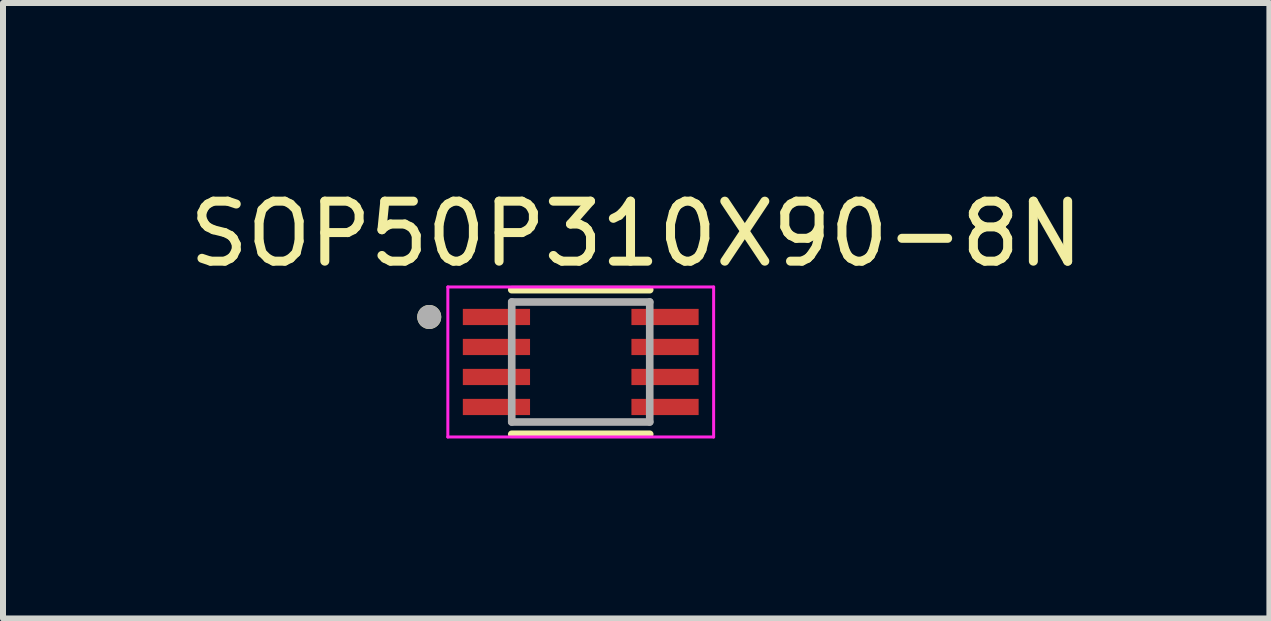
<source format=kicad_pcb>
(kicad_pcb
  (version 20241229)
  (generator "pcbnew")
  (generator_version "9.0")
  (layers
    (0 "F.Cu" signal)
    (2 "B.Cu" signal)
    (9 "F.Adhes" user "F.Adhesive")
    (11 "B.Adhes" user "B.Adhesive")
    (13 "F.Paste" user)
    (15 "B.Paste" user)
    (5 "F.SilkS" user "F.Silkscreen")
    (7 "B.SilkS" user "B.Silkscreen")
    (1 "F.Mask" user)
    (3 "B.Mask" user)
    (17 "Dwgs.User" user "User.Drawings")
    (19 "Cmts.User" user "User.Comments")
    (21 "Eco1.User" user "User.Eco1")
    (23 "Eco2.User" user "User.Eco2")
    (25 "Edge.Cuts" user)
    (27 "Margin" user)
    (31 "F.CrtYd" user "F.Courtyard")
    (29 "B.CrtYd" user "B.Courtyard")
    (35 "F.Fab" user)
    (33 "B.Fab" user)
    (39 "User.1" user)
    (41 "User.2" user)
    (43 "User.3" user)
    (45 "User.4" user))
  (footprint "SOP50P310X90-8N"
    (layer "F.Cu")
    (at 6.629 2.983)
    (property "Reference" "SOP50P310X90-8N" (at 0.925 -2.135 0) (layer "F.SilkS") (effects (font (size 1 1) (thickness 0.15))))
    (attr through_hole)
    (fp_line (start -1.15 -1.205) (end 1.15 -1.205) (stroke (width 0.127) (type solid)) (layer "F.SilkS"))
    (fp_line (start -1.15 1.205) (end 1.15 1.205) (stroke (width 0.127) (type solid)) (layer "F.SilkS"))
    (fp_circle (center -2.525 -0.75) (end -2.425 -0.75) (stroke (width 0.2) (type solid)) (fill no) (layer "F.SilkS"))
    (fp_line (start -2.215 -1.25) (end -2.215 1.25) (stroke (width 0.05) (type solid)) (layer "F.CrtYd"))
    (fp_line (start -2.215 -1.25) (end 2.215 -1.25) (stroke (width 0.05) (type solid)) (layer "F.CrtYd"))
    (fp_line (start -2.215 1.25) (end 2.215 1.25) (stroke (width 0.05) (type solid)) (layer "F.CrtYd"))
    (fp_line (start 2.215 -1.25) (end 2.215 1.25) (stroke (width 0.05) (type solid)) (layer "F.CrtYd"))
    (fp_line (start -1.15 -1) (end -1.15 1) (stroke (width 0.127) (type solid)) (layer "F.Fab"))
    (fp_line (start -1.15 -1) (end 1.15 -1) (stroke (width 0.127) (type solid)) (layer "F.Fab"))
    (fp_line (start -1.15 1) (end 1.15 1) (stroke (width 0.127) (type solid)) (layer "F.Fab"))
    (fp_line (start 1.15 -1) (end 1.15 1) (stroke (width 0.127) (type solid)) (layer "F.Fab"))
    (fp_circle (center -2.525 -0.75) (end -2.425 -0.75) (stroke (width 0.2) (type solid)) (fill no) (layer "F.Fab"))
    (pad "1" smd rect (at -1.405 -0.75) (size 1.12 0.27) (layers "F.Cu" "F.Mask" "F.Paste"))
    (pad "2" smd rect (at -1.405 -0.25) (size 1.12 0.27) (layers "F.Cu" "F.Mask" "F.Paste"))
    (pad "3" smd rect (at -1.405 0.25) (size 1.12 0.27) (layers "F.Cu" "F.Mask" "F.Paste"))
    (pad "4" smd rect (at -1.405 0.75) (size 1.12 0.27) (layers "F.Cu" "F.Mask" "F.Paste"))
    (pad "5" smd rect (at 1.405 0.75) (size 1.12 0.27) (layers "F.Cu" "F.Mask" "F.Paste"))
    (pad "6" smd rect (at 1.405 0.25) (size 1.12 0.27) (layers "F.Cu" "F.Mask" "F.Paste"))
    (pad "7" smd rect (at 1.405 -0.25) (size 1.12 0.27) (layers "F.Cu" "F.Mask" "F.Paste"))
    (pad "8" smd rect (at 1.405 -0.75) (size 1.12 0.27) (layers "F.Cu" "F.Mask" "F.Paste")))
  (gr_rect
    (start -3 -3)
    (end 18.107 7.258)
    (stroke (width 0.1) (type default))
    (fill no)
    (layer "Edge.Cuts")))
</source>
